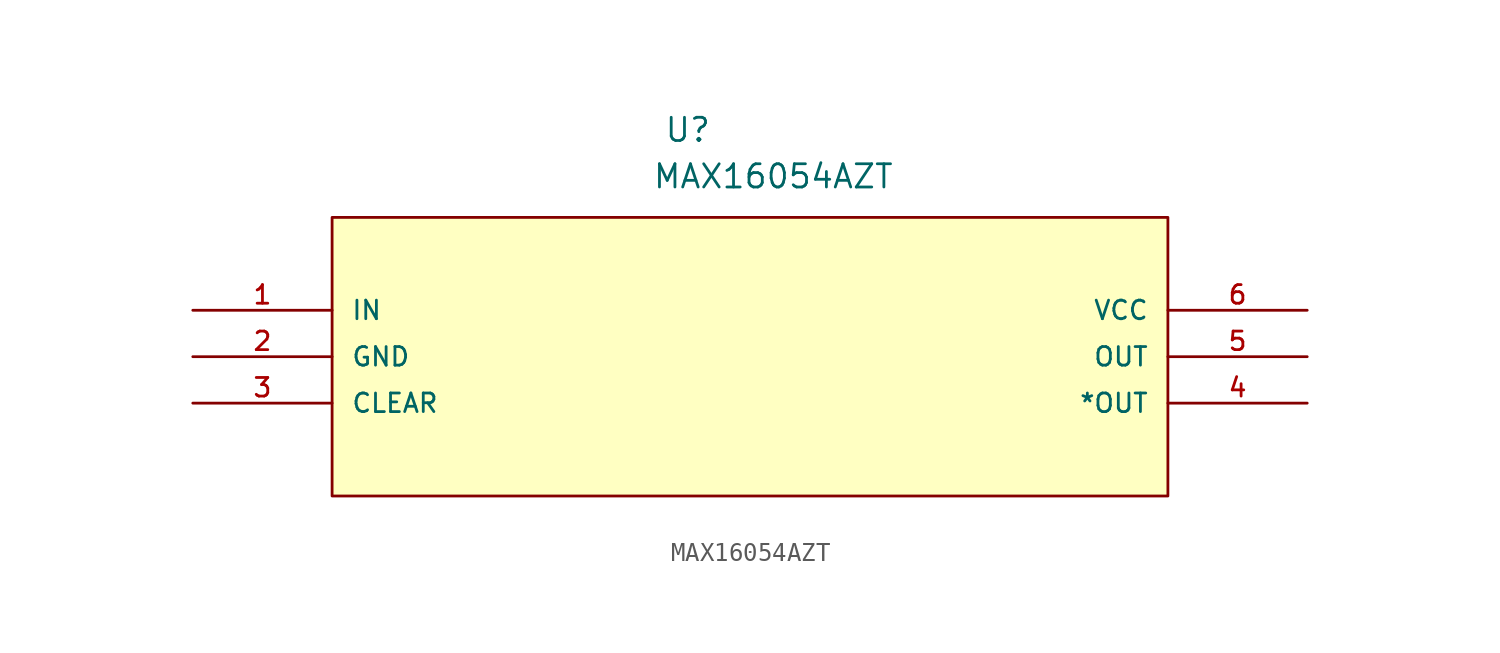
<source format=kicad_sym>
(kicad_symbol_lib
  (version 20211014)
  (generator kicad_symbol_editor)
  (symbol "MAX16054AZT"
    (pin_names
      (offset 1.016))
    (property "Reference" "U"
      (at 25.767 9.123 0.0)
      (effects (font (size 1.27 1.27)) (justify bottom left)))
    (property "Value" "MAX16054AZT"
      (at 25.125 6.58 0.0)
      (effects (font (size 1.27 1.27)) (justify bottom left)))
    (symbol "MAX16054AZT_0_0"
      (rectangle (start 7.62 -10.16) (end 53.34 5.08) (stroke (width 0.152)) (fill (type background)))
      (pin input line (at 0.0 0.0 0) (length 7.62) (name "IN" (effects (font (size 1.016 1.016)))) (number "1" (effects (font (size 1.016 1.016)))))
      (pin power_in line (at 0.0 -2.54 0) (length 7.62) (name "GND" (effects (font (size 1.016 1.016)))) (number "2" (effects (font (size 1.016 1.016)))))
      (pin bidirectional line (at 0.0 -5.08 0) (length 7.62) (name "CLEAR" (effects (font (size 1.016 1.016)))) (number "3" (effects (font (size 1.016 1.016)))))
      (pin output line (at 60.96 -5.08 180.0) (length 7.62) (name "*OUT" (effects (font (size 1.016 1.016)))) (number "4" (effects (font (size 1.016 1.016)))))
      (pin output line (at 60.96 -2.54 180.0) (length 7.62) (name "OUT" (effects (font (size 1.016 1.016)))) (number "5" (effects (font (size 1.016 1.016)))))
      (pin power_in line (at 60.96 0.0 180.0) (length 7.62) (name "VCC" (effects (font (size 1.016 1.016)))) (number "6" (effects (font (size 1.016 1.016))))))))
</source>
